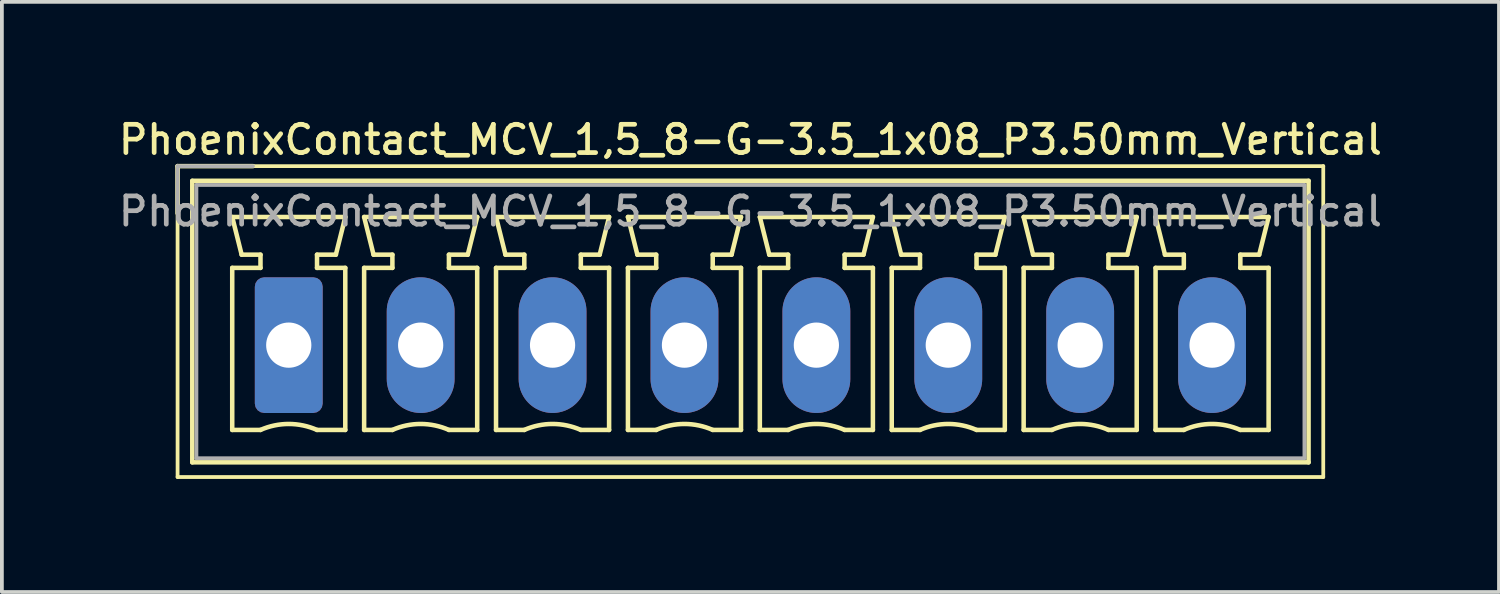
<source format=kicad_pcb>
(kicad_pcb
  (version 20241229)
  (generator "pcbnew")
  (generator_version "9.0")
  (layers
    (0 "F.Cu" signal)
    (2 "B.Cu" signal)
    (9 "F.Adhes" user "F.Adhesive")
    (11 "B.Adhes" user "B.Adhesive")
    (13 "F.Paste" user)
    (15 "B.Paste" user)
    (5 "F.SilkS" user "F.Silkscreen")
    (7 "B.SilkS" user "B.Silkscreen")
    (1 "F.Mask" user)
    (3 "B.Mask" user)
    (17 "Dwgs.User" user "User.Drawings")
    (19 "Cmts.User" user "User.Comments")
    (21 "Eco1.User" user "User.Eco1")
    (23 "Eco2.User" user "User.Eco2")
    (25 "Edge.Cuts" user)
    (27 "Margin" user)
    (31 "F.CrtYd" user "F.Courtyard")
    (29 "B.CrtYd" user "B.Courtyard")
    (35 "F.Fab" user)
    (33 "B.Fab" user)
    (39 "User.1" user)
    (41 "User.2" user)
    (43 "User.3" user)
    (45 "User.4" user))
  (footprint "PhoenixContact_MCV_1,5_8-G-3.5_1x08_P3.50mm_Vertical"
    (layer "F.Cu")
    (at 4.612 6.108)
    (property "Reference" "PhoenixContact_MCV_1,5_8-G-3.5_1x08_P3.50mm_Vertical" (at 12.25 -5.45 0) (layer "F.SilkS") (effects (font (size 0.75 0.75) (thickness 0.125))))
    (attr through_hole)
    (fp_line (start -2.95 -4.75) (end -2.95 3.5) (stroke (width 0.1) (type solid)) (layer "F.SilkS"))
    (fp_line (start -2.95 -4.75) (end -0.95 -4.75) (stroke (width 0.12) (type solid)) (layer "F.SilkS"))
    (fp_line (start -2.95 -3.5) (end -2.95 -4.75) (stroke (width 0.12) (type solid)) (layer "F.SilkS"))
    (fp_line (start -2.95 3.5) (end 27.45 3.5) (stroke (width 0.1) (type solid)) (layer "F.SilkS"))
    (fp_line (start -2.56 -4.36) (end -2.56 3.11) (stroke (width 0.12) (type solid)) (layer "F.SilkS"))
    (fp_line (start -2.56 3.11) (end 27.06 3.11) (stroke (width 0.12) (type solid)) (layer "F.SilkS"))
    (fp_line (start -1.5 -3.4) (end 1.5 -3.4) (stroke (width 0.12) (type solid)) (layer "F.SilkS"))
    (fp_line (start -1.5 -2.05) (end -0.75 -2.05) (stroke (width 0.12) (type solid)) (layer "F.SilkS"))
    (fp_line (start -1.5 2.25) (end -1.5 -2.05) (stroke (width 0.12) (type solid)) (layer "F.SilkS"))
    (fp_line (start -1.25 -2.4) (end -1.5 -3.4) (stroke (width 0.12) (type solid)) (layer "F.SilkS"))
    (fp_line (start -0.75 -2.4) (end -1.25 -2.4) (stroke (width 0.12) (type solid)) (layer "F.SilkS"))
    (fp_line (start -0.75 -2.05) (end -0.75 -2.4) (stroke (width 0.12) (type solid)) (layer "F.SilkS"))
    (fp_line (start -0.75 2.25) (end -1.5 2.25) (stroke (width 0.12) (type solid)) (layer "F.SilkS"))
    (fp_line (start 0.75 -2.4) (end 0.75 -2.05) (stroke (width 0.12) (type solid)) (layer "F.SilkS"))
    (fp_line (start 0.75 -2.05) (end 1.5 -2.05) (stroke (width 0.12) (type solid)) (layer "F.SilkS"))
    (fp_line (start 1.25 -2.4) (end 0.75 -2.4) (stroke (width 0.12) (type solid)) (layer "F.SilkS"))
    (fp_line (start 1.5 -3.4) (end 1.25 -2.4) (stroke (width 0.12) (type solid)) (layer "F.SilkS"))
    (fp_line (start 1.5 -2.05) (end 1.5 2.25) (stroke (width 0.12) (type solid)) (layer "F.SilkS"))
    (fp_line (start 1.5 2.25) (end 0.75 2.25) (stroke (width 0.12) (type solid)) (layer "F.SilkS"))
    (fp_line (start 2 -3.4) (end 5 -3.4) (stroke (width 0.12) (type solid)) (layer "F.SilkS"))
    (fp_line (start 2 -2.05) (end 2.75 -2.05) (stroke (width 0.12) (type solid)) (layer "F.SilkS"))
    (fp_line (start 2 2.25) (end 2 -2.05) (stroke (width 0.12) (type solid)) (layer "F.SilkS"))
    (fp_line (start 2.25 -2.4) (end 2 -3.4) (stroke (width 0.12) (type solid)) (layer "F.SilkS"))
    (fp_line (start 2.75 -2.4) (end 2.25 -2.4) (stroke (width 0.12) (type solid)) (layer "F.SilkS"))
    (fp_line (start 2.75 -2.05) (end 2.75 -2.4) (stroke (width 0.12) (type solid)) (layer "F.SilkS"))
    (fp_line (start 2.75 2.25) (end 2 2.25) (stroke (width 0.12) (type solid)) (layer "F.SilkS"))
    (fp_line (start 4.25 -2.4) (end 4.25 -2.05) (stroke (width 0.12) (type solid)) (layer "F.SilkS"))
    (fp_line (start 4.25 -2.05) (end 5 -2.05) (stroke (width 0.12) (type solid)) (layer "F.SilkS"))
    (fp_line (start 4.75 -2.4) (end 4.25 -2.4) (stroke (width 0.12) (type solid)) (layer "F.SilkS"))
    (fp_line (start 5 -3.4) (end 4.75 -2.4) (stroke (width 0.12) (type solid)) (layer "F.SilkS"))
    (fp_line (start 5 -2.05) (end 5 2.25) (stroke (width 0.12) (type solid)) (layer "F.SilkS"))
    (fp_line (start 5 2.25) (end 4.25 2.25) (stroke (width 0.12) (type solid)) (layer "F.SilkS"))
    (fp_line (start 5.5 -3.4) (end 8.5 -3.4) (stroke (width 0.12) (type solid)) (layer "F.SilkS"))
    (fp_line (start 5.5 -2.05) (end 6.25 -2.05) (stroke (width 0.12) (type solid)) (layer "F.SilkS"))
    (fp_line (start 5.5 2.25) (end 5.5 -2.05) (stroke (width 0.12) (type solid)) (layer "F.SilkS"))
    (fp_line (start 5.75 -2.4) (end 5.5 -3.4) (stroke (width 0.12) (type solid)) (layer "F.SilkS"))
    (fp_line (start 6.25 -2.4) (end 5.75 -2.4) (stroke (width 0.12) (type solid)) (layer "F.SilkS"))
    (fp_line (start 6.25 -2.05) (end 6.25 -2.4) (stroke (width 0.12) (type solid)) (layer "F.SilkS"))
    (fp_line (start 6.25 2.25) (end 5.5 2.25) (stroke (width 0.12) (type solid)) (layer "F.SilkS"))
    (fp_line (start 7.75 -2.4) (end 7.75 -2.05) (stroke (width 0.12) (type solid)) (layer "F.SilkS"))
    (fp_line (start 7.75 -2.05) (end 8.5 -2.05) (stroke (width 0.12) (type solid)) (layer "F.SilkS"))
    (fp_line (start 8.25 -2.4) (end 7.75 -2.4) (stroke (width 0.12) (type solid)) (layer "F.SilkS"))
    (fp_line (start 8.5 -3.4) (end 8.25 -2.4) (stroke (width 0.12) (type solid)) (layer "F.SilkS"))
    (fp_line (start 8.5 -2.05) (end 8.5 2.25) (stroke (width 0.12) (type solid)) (layer "F.SilkS"))
    (fp_line (start 8.5 2.25) (end 7.75 2.25) (stroke (width 0.12) (type solid)) (layer "F.SilkS"))
    (fp_line (start 9 -3.4) (end 12 -3.4) (stroke (width 0.12) (type solid)) (layer "F.SilkS"))
    (fp_line (start 9 -2.05) (end 9.75 -2.05) (stroke (width 0.12) (type solid)) (layer "F.SilkS"))
    (fp_line (start 9 2.25) (end 9 -2.05) (stroke (width 0.12) (type solid)) (layer "F.SilkS"))
    (fp_line (start 9.25 -2.4) (end 9 -3.4) (stroke (width 0.12) (type solid)) (layer "F.SilkS"))
    (fp_line (start 9.75 -2.4) (end 9.25 -2.4) (stroke (width 0.12) (type solid)) (layer "F.SilkS"))
    (fp_line (start 9.75 -2.05) (end 9.75 -2.4) (stroke (width 0.12) (type solid)) (layer "F.SilkS"))
    (fp_line (start 9.75 2.25) (end 9 2.25) (stroke (width 0.12) (type solid)) (layer "F.SilkS"))
    (fp_line (start 11.25 -2.4) (end 11.25 -2.05) (stroke (width 0.12) (type solid)) (layer "F.SilkS"))
    (fp_line (start 11.25 -2.05) (end 12 -2.05) (stroke (width 0.12) (type solid)) (layer "F.SilkS"))
    (fp_line (start 11.75 -2.4) (end 11.25 -2.4) (stroke (width 0.12) (type solid)) (layer "F.SilkS"))
    (fp_line (start 12 -3.4) (end 11.75 -2.4) (stroke (width 0.12) (type solid)) (layer "F.SilkS"))
    (fp_line (start 12 -2.05) (end 12 2.25) (stroke (width 0.12) (type solid)) (layer "F.SilkS"))
    (fp_line (start 12 2.25) (end 11.25 2.25) (stroke (width 0.12) (type solid)) (layer "F.SilkS"))
    (fp_line (start 12.5 -3.4) (end 15.5 -3.4) (stroke (width 0.12) (type solid)) (layer "F.SilkS"))
    (fp_line (start 12.5 -2.05) (end 13.25 -2.05) (stroke (width 0.12) (type solid)) (layer "F.SilkS"))
    (fp_line (start 12.5 2.25) (end 12.5 -2.05) (stroke (width 0.12) (type solid)) (layer "F.SilkS"))
    (fp_line (start 12.75 -2.4) (end 12.5 -3.4) (stroke (width 0.12) (type solid)) (layer "F.SilkS"))
    (fp_line (start 13.25 -2.4) (end 12.75 -2.4) (stroke (width 0.12) (type solid)) (layer "F.SilkS"))
    (fp_line (start 13.25 -2.05) (end 13.25 -2.4) (stroke (width 0.12) (type solid)) (layer "F.SilkS"))
    (fp_line (start 13.25 2.25) (end 12.5 2.25) (stroke (width 0.12) (type solid)) (layer "F.SilkS"))
    (fp_line (start 14.75 -2.4) (end 14.75 -2.05) (stroke (width 0.12) (type solid)) (layer "F.SilkS"))
    (fp_line (start 14.75 -2.05) (end 15.5 -2.05) (stroke (width 0.12) (type solid)) (layer "F.SilkS"))
    (fp_line (start 15.25 -2.4) (end 14.75 -2.4) (stroke (width 0.12) (type solid)) (layer "F.SilkS"))
    (fp_line (start 15.5 -3.4) (end 15.25 -2.4) (stroke (width 0.12) (type solid)) (layer "F.SilkS"))
    (fp_line (start 15.5 -2.05) (end 15.5 2.25) (stroke (width 0.12) (type solid)) (layer "F.SilkS"))
    (fp_line (start 15.5 2.25) (end 14.75 2.25) (stroke (width 0.12) (type solid)) (layer "F.SilkS"))
    (fp_line (start 16 -3.4) (end 19 -3.4) (stroke (width 0.12) (type solid)) (layer "F.SilkS"))
    (fp_line (start 16 -2.05) (end 16.75 -2.05) (stroke (width 0.12) (type solid)) (layer "F.SilkS"))
    (fp_line (start 16 2.25) (end 16 -2.05) (stroke (width 0.12) (type solid)) (layer "F.SilkS"))
    (fp_line (start 16.25 -2.4) (end 16 -3.4) (stroke (width 0.12) (type solid)) (layer "F.SilkS"))
    (fp_line (start 16.75 -2.4) (end 16.25 -2.4) (stroke (width 0.12) (type solid)) (layer "F.SilkS"))
    (fp_line (start 16.75 -2.05) (end 16.75 -2.4) (stroke (width 0.12) (type solid)) (layer "F.SilkS"))
    (fp_line (start 16.75 2.25) (end 16 2.25) (stroke (width 0.12) (type solid)) (layer "F.SilkS"))
    (fp_line (start 18.25 -2.4) (end 18.25 -2.05) (stroke (width 0.12) (type solid)) (layer "F.SilkS"))
    (fp_line (start 18.25 -2.05) (end 19 -2.05) (stroke (width 0.12) (type solid)) (layer "F.SilkS"))
    (fp_line (start 18.75 -2.4) (end 18.25 -2.4) (stroke (width 0.12) (type solid)) (layer "F.SilkS"))
    (fp_line (start 19 -3.4) (end 18.75 -2.4) (stroke (width 0.12) (type solid)) (layer "F.SilkS"))
    (fp_line (start 19 -2.05) (end 19 2.25) (stroke (width 0.12) (type solid)) (layer "F.SilkS"))
    (fp_line (start 19 2.25) (end 18.25 2.25) (stroke (width 0.12) (type solid)) (layer "F.SilkS"))
    (fp_line (start 19.5 -3.4) (end 22.5 -3.4) (stroke (width 0.12) (type solid)) (layer "F.SilkS"))
    (fp_line (start 19.5 -2.05) (end 20.25 -2.05) (stroke (width 0.12) (type solid)) (layer "F.SilkS"))
    (fp_line (start 19.5 2.25) (end 19.5 -2.05) (stroke (width 0.12) (type solid)) (layer "F.SilkS"))
    (fp_line (start 19.75 -2.4) (end 19.5 -3.4) (stroke (width 0.12) (type solid)) (layer "F.SilkS"))
    (fp_line (start 20.25 -2.4) (end 19.75 -2.4) (stroke (width 0.12) (type solid)) (layer "F.SilkS"))
    (fp_line (start 20.25 -2.05) (end 20.25 -2.4) (stroke (width 0.12) (type solid)) (layer "F.SilkS"))
    (fp_line (start 20.25 2.25) (end 19.5 2.25) (stroke (width 0.12) (type solid)) (layer "F.SilkS"))
    (fp_line (start 21.75 -2.4) (end 21.75 -2.05) (stroke (width 0.12) (type solid)) (layer "F.SilkS"))
    (fp_line (start 21.75 -2.05) (end 22.5 -2.05) (stroke (width 0.12) (type solid)) (layer "F.SilkS"))
    (fp_line (start 22.25 -2.4) (end 21.75 -2.4) (stroke (width 0.12) (type solid)) (layer "F.SilkS"))
    (fp_line (start 22.5 -3.4) (end 22.25 -2.4) (stroke (width 0.12) (type solid)) (layer "F.SilkS"))
    (fp_line (start 22.5 -2.05) (end 22.5 2.25) (stroke (width 0.12) (type solid)) (layer "F.SilkS"))
    (fp_line (start 22.5 2.25) (end 21.75 2.25) (stroke (width 0.12) (type solid)) (layer "F.SilkS"))
    (fp_line (start 23 -3.4) (end 26 -3.4) (stroke (width 0.12) (type solid)) (layer "F.SilkS"))
    (fp_line (start 23 -2.05) (end 23.75 -2.05) (stroke (width 0.12) (type solid)) (layer "F.SilkS"))
    (fp_line (start 23 2.25) (end 23 -2.05) (stroke (width 0.12) (type solid)) (layer "F.SilkS"))
    (fp_line (start 23.25 -2.4) (end 23 -3.4) (stroke (width 0.12) (type solid)) (layer "F.SilkS"))
    (fp_line (start 23.75 -2.4) (end 23.25 -2.4) (stroke (width 0.12) (type solid)) (layer "F.SilkS"))
    (fp_line (start 23.75 -2.05) (end 23.75 -2.4) (stroke (width 0.12) (type solid)) (layer "F.SilkS"))
    (fp_line (start 23.75 2.25) (end 23 2.25) (stroke (width 0.12) (type solid)) (layer "F.SilkS"))
    (fp_line (start 25.25 -2.4) (end 25.25 -2.05) (stroke (width 0.12) (type solid)) (layer "F.SilkS"))
    (fp_line (start 25.25 -2.05) (end 26 -2.05) (stroke (width 0.12) (type solid)) (layer "F.SilkS"))
    (fp_line (start 25.75 -2.4) (end 25.25 -2.4) (stroke (width 0.12) (type solid)) (layer "F.SilkS"))
    (fp_line (start 26 -3.4) (end 25.75 -2.4) (stroke (width 0.12) (type solid)) (layer "F.SilkS"))
    (fp_line (start 26 -2.05) (end 26 2.25) (stroke (width 0.12) (type solid)) (layer "F.SilkS"))
    (fp_line (start 26 2.25) (end 25.25 2.25) (stroke (width 0.12) (type solid)) (layer "F.SilkS"))
    (fp_line (start 27.06 -4.36) (end -2.56 -4.36) (stroke (width 0.12) (type solid)) (layer "F.SilkS"))
    (fp_line (start 27.06 3.11) (end 27.06 -4.36) (stroke (width 0.12) (type solid)) (layer "F.SilkS"))
    (fp_line (start 27.45 -4.75) (end -2.95 -4.75) (stroke (width 0.1) (type solid)) (layer "F.SilkS"))
    (fp_line (start 27.45 3.5) (end 27.45 -4.75) (stroke (width 0.1) (type solid)) (layer "F.SilkS"))
    (fp_arc (start -0.75 2.25) (mid -0.000193 2.09191) (end 0.749647 2.249844) (stroke (width 0.12) (type solid)) (layer "F.SilkS"))
    (fp_arc (start 2.75 2.25) (mid 3.499807 2.09191) (end 4.249647 2.249844) (stroke (width 0.12) (type solid)) (layer "F.SilkS"))
    (fp_arc (start 6.25 2.25) (mid 6.999807 2.09191) (end 7.749647 2.249844) (stroke (width 0.12) (type solid)) (layer "F.SilkS"))
    (fp_arc (start 9.75 2.25) (mid 10.499807 2.09191) (end 11.249647 2.249844) (stroke (width 0.12) (type solid)) (layer "F.SilkS"))
    (fp_arc (start 13.25 2.25) (mid 13.999807 2.09191) (end 14.749647 2.249844) (stroke (width 0.12) (type solid)) (layer "F.SilkS"))
    (fp_arc (start 16.75 2.25) (mid 17.499807 2.09191) (end 18.249647 2.249844) (stroke (width 0.12) (type solid)) (layer "F.SilkS"))
    (fp_arc (start 20.25 2.25) (mid 20.999807 2.09191) (end 21.749647 2.249844) (stroke (width 0.12) (type solid)) (layer "F.SilkS"))
    (fp_arc (start 23.75 2.25) (mid 24.499807 2.09191) (end 25.249647 2.249844) (stroke (width 0.12) (type solid)) (layer "F.SilkS"))
    (fp_line (start -2.95 -4.75) (end -0.95 -4.75) (stroke (width 0.1) (type solid)) (layer "F.Fab"))
    (fp_line (start -2.95 -3.5) (end -2.95 -4.75) (stroke (width 0.1) (type solid)) (layer "F.Fab"))
    (fp_line (start -2.45 -4.25) (end -2.45 3) (stroke (width 0.1) (type solid)) (layer "F.Fab"))
    (fp_line (start -2.45 3) (end 26.95 3) (stroke (width 0.1) (type solid)) (layer "F.Fab"))
    (fp_line (start 26.95 -4.25) (end -2.45 -4.25) (stroke (width 0.1) (type solid)) (layer "F.Fab"))
    (fp_line (start 26.95 3) (end 26.95 -4.25) (stroke (width 0.1) (type solid)) (layer "F.Fab"))
    (fp_text user "${REFERENCE}" (at 12.25 -3.55 0) (layer "F.Fab") (effects (font (size 0.75 0.75) (thickness 0.125))))
    (pad "1" thru_hole roundrect (at 0 0) (size 1.8 3.6) (drill 1.2) (layers "*.Cu" "*.Mask") (roundrect_rratio 0.139))
    (pad "2" thru_hole oval (at 3.5 0) (size 1.8 3.6) (drill 1.2) (layers "*.Cu" "*.Mask"))
    (pad "3" thru_hole oval (at 7 0) (size 1.8 3.6) (drill 1.2) (layers "*.Cu" "*.Mask"))
    (pad "4" thru_hole oval (at 10.5 0) (size 1.8 3.6) (drill 1.2) (layers "*.Cu" "*.Mask"))
    (pad "5" thru_hole oval (at 14 0) (size 1.8 3.6) (drill 1.2) (layers "*.Cu" "*.Mask"))
    (pad "6" thru_hole oval (at 17.5 0) (size 1.8 3.6) (drill 1.2) (layers "*.Cu" "*.Mask"))
    (pad "7" thru_hole oval (at 21 0) (size 1.8 3.6) (drill 1.2) (layers "*.Cu" "*.Mask"))
    (pad "8" thru_hole oval (at 24.5 0) (size 1.8 3.6) (drill 1.2) (layers "*.Cu" "*.Mask")))
  (gr_rect
    (start -3 -3)
    (end 36.725 12.658)
    (stroke (width 0.1) (type default))
    (fill no)
    (layer "Edge.Cuts")))
</source>
